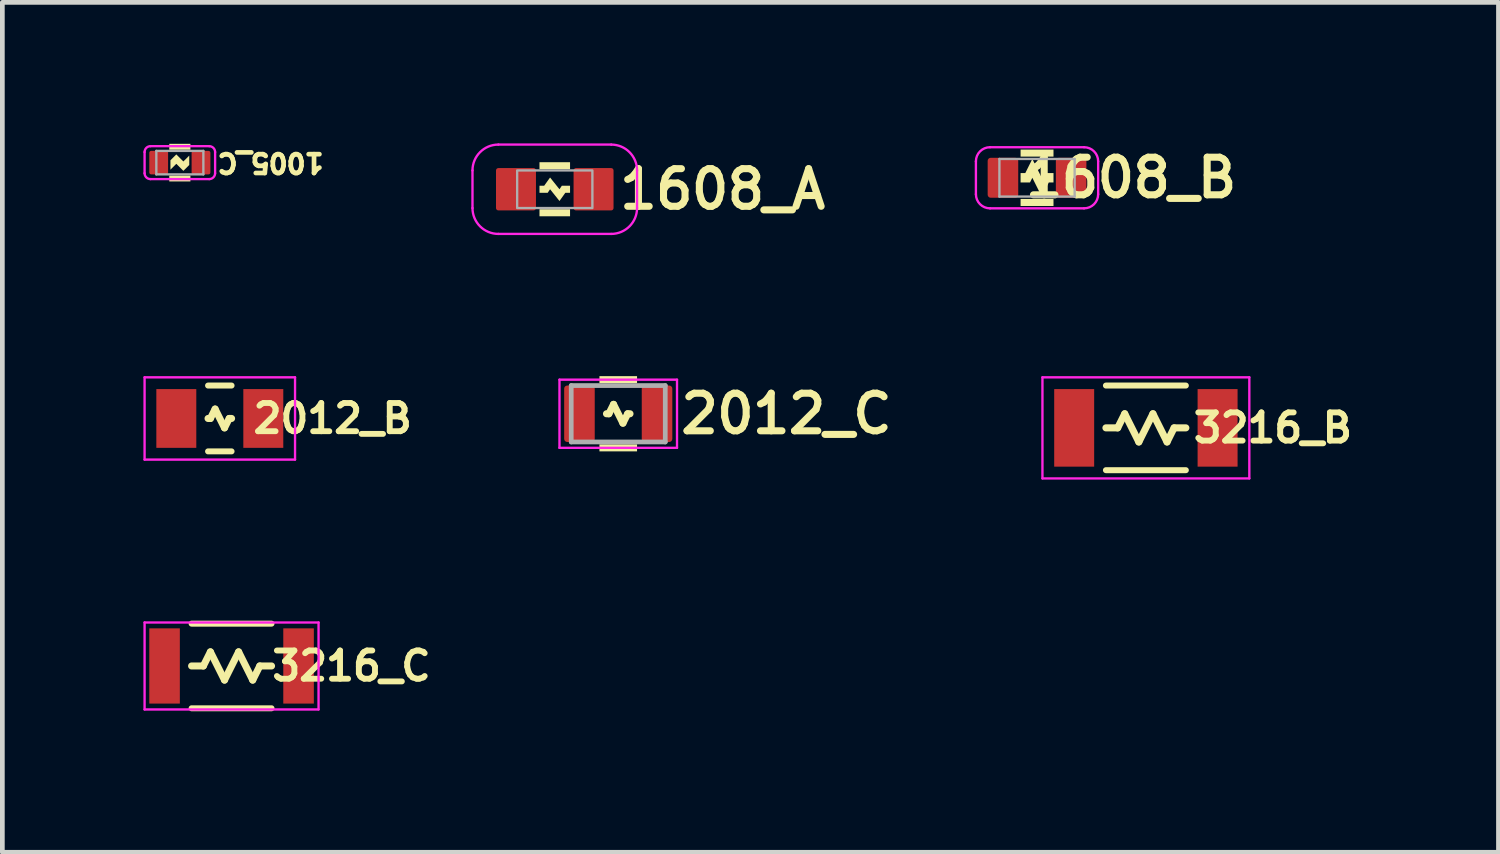
<source format=kicad_pcb>
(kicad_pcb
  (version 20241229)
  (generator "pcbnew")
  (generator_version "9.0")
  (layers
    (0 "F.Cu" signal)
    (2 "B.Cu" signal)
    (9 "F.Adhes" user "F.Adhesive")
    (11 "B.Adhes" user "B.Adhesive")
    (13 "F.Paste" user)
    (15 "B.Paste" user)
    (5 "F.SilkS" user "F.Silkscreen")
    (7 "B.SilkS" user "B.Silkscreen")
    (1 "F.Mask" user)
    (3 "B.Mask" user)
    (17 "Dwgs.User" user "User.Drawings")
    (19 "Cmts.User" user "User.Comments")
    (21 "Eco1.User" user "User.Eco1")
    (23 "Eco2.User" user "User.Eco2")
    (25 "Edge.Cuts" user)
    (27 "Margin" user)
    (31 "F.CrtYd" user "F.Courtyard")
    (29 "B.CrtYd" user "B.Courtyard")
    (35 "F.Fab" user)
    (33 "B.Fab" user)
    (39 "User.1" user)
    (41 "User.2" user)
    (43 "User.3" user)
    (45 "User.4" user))
  (footprint "1005_C"
    (layer "F.Cu")
    (at 0.775 0.409)
    (property "Reference" "1005_C" (at 0.75 0 180) (unlocked yes) (layer "F.SilkS") (effects (font (size 0.4 0.4) (thickness 0.1)) (justify right)))
    (attr smd)
    (fp_poly (pts (xy 0.225 -0.275) (xy -0.225 -0.275) (xy -0.225 -0.4) (xy 0.225 -0.4)) (stroke (width 0) (type solid)) (fill yes) (layer "F.SilkS"))
    (fp_poly (pts (xy 0.225 0.4) (xy -0.225 0.4) (xy -0.225 0.275) (xy 0.225 0.275)) (stroke (width 0) (type solid)) (fill yes) (layer "F.SilkS"))
    (fp_poly (pts (xy 0.075 -0.025) (xy 0.2 -0.15) (xy 0.2 0.05) (xy 0.075 0.175) (xy -0.075 0.025) (xy -0.2 0.15) (xy -0.2 -0.05) (xy -0.075 -0.175)) (stroke (width 0) (type solid)) (fill yes) (layer "F.SilkS"))
    (fp_line (start -0.75 0.225) (end -0.75 -0.225) (stroke (width 0.05) (type solid)) (layer "F.CrtYd"))
    (fp_line (start -0.625 -0.35) (end 0.625 -0.35) (stroke (width 0.05) (type solid)) (layer "F.CrtYd"))
    (fp_line (start 0.625 0.35) (end -0.625 0.35) (stroke (width 0.05) (type solid)) (layer "F.CrtYd"))
    (fp_line (start 0.75 -0.225) (end 0.75 0.225) (stroke (width 0.05) (type solid)) (layer "F.CrtYd"))
    (fp_arc (start -0.75 -0.225) (mid -0.713388 -0.313388) (end -0.625 -0.35) (stroke (width 0.05) (type solid)) (layer "F.CrtYd"))
    (fp_arc (start -0.625 0.35) (mid -0.713388 0.313388) (end -0.75 0.225) (stroke (width 0.05) (type solid)) (layer "F.CrtYd"))
    (fp_arc (start 0.625 -0.35) (mid 0.713388 -0.313388) (end 0.75 -0.225) (stroke (width 0.05) (type solid)) (layer "F.CrtYd"))
    (fp_arc (start 0.75 0.225) (mid 0.713388 0.313388) (end 0.625 0.35) (stroke (width 0.05) (type solid)) (layer "F.CrtYd"))
    (fp_line (start -0.5 -0.25) (end 0.5 -0.25) (stroke (width 0.05) (type solid)) (layer "F.Fab"))
    (fp_line (start -0.5 0.25) (end -0.5 -0.25) (stroke (width 0.05) (type solid)) (layer "F.Fab"))
    (fp_line (start 0.5 -0.25) (end 0.5 0.25) (stroke (width 0.05) (type solid)) (layer "F.Fab"))
    (fp_line (start 0.5 0.25) (end -0.5 0.25) (stroke (width 0.05) (type solid)) (layer "F.Fab"))
    (pad "1" smd roundrect (at -0.45 0) (size 0.4 0.5) (layers "F.Cu" "F.Mask" "F.Paste") (roundrect_rratio 0.1))
    (pad "2" smd roundrect (at 0.45 0) (size 0.4 0.5) (layers "F.Cu" "F.Mask" "F.Paste") (roundrect_rratio 0.1)))
  (footprint "1608_A"
    (layer "F.Cu")
    (at 8.749 0.975)
    (property "Reference" "1608_A" (at 1.3 0 0) (layer "F.SilkS") (effects (font (size 0.8 0.8) (thickness 0.15)) (justify left)))
    (attr smd)
    (fp_poly (pts (xy 0.325 -0.425) (xy -0.325 -0.425) (xy -0.325 -0.575) (xy 0.325 -0.575)) (stroke (width 0) (type solid)) (fill yes) (layer "F.SilkS"))
    (fp_poly (pts (xy 0.325 0.575) (xy -0.325 0.575) (xy -0.325 0.425) (xy 0.325 0.425)) (stroke (width 0) (type solid)) (fill yes) (layer "F.SilkS"))
    (fp_poly (pts (xy 0.1 0) (xy 0.15 -0.075) (xy 0.325 -0.075) (xy 0.325 0.075) (xy 0.225 0.075) (xy 0.1 0.25) (xy -0.1 0) (xy -0.15 0.075) (xy -0.325 0.075) (xy -0.325 -0.075) (xy -0.225 -0.075) (xy -0.1 -0.25)) (stroke (width 0) (type solid)) (fill yes) (layer "F.SilkS"))
    (fp_line (start -1.75 0.4) (end -1.75 -0.4) (stroke (width 0.05) (type solid)) (layer "F.CrtYd"))
    (fp_line (start -1.2 -0.95) (end 1.2 -0.95) (stroke (width 0.05) (type solid)) (layer "F.CrtYd"))
    (fp_line (start 1.2 0.95) (end -1.2 0.95) (stroke (width 0.05) (type solid)) (layer "F.CrtYd"))
    (fp_line (start 1.75 -0.4) (end 1.75 0.4) (stroke (width 0.05) (type solid)) (layer "F.CrtYd"))
    (fp_arc (start -1.75 -0.4) (mid -1.588909 -0.788909) (end -1.2 -0.95) (stroke (width 0.05) (type solid)) (layer "F.CrtYd"))
    (fp_arc (start -1.2 0.95) (mid -1.588909 0.788909) (end -1.75 0.4) (stroke (width 0.05) (type solid)) (layer "F.CrtYd"))
    (fp_arc (start 1.2 -0.95) (mid 1.588909 -0.788909) (end 1.75 -0.4) (stroke (width 0.05) (type solid)) (layer "F.CrtYd"))
    (fp_arc (start 1.75 0.4) (mid 1.588909 0.788909) (end 1.2 0.95) (stroke (width 0.05) (type solid)) (layer "F.CrtYd"))
    (fp_rect (start -0.8 -0.4) (end 0.8 0.4) (stroke (width 0.05) (type solid)) (fill no) (layer "F.Fab"))
    (pad "1" smd roundrect (at -0.825 0) (size 0.85 0.9) (layers "F.Cu" "F.Mask" "F.Paste") (roundrect_rratio 0.059))
    (pad "2" smd roundrect (at 0.825 0) (size 0.85 0.9) (layers "F.Cu" "F.Mask" "F.Paste") (roundrect_rratio 0.059)))
  (footprint "2012_B"
    (layer "F.Cu")
    (at 1.625 5.85)
    (property "Reference" "2012_B" (at 2.4 0 0) (layer "F.SilkS") (effects (font (size 0.6 0.6) (thickness 0.125))))
    (attr smd)
    (fp_line (start -0.25 -0.7) (end 0.25 -0.7) (stroke (width 0.127) (type solid)) (layer "F.SilkS"))
    (fp_line (start -0.25 0) (end -0.2 0) (stroke (width 0.15) (type solid)) (layer "F.SilkS"))
    (fp_line (start -0.25 0.7) (end 0.25 0.7) (stroke (width 0.127) (type solid)) (layer "F.SilkS"))
    (fp_line (start -0.2 0) (end -0.1 -0.2) (stroke (width 0.15) (type solid)) (layer "F.SilkS"))
    (fp_line (start -0.1 -0.2) (end 0.1 0.2) (stroke (width 0.15) (type solid)) (layer "F.SilkS"))
    (fp_line (start 0.1 0.2) (end 0.2 0) (stroke (width 0.15) (type solid)) (layer "F.SilkS"))
    (fp_line (start 0.2 0) (end 0.25 0) (stroke (width 0.15) (type solid)) (layer "F.SilkS"))
    (fp_line (start -1.6 -0.875) (end 1.6 -0.875) (stroke (width 0.05) (type solid)) (layer "F.CrtYd"))
    (fp_line (start -1.6 0.875) (end -1.6 -0.875) (stroke (width 0.05) (type solid)) (layer "F.CrtYd"))
    (fp_line (start 1.6 -0.875) (end 1.6 0.875) (stroke (width 0.05) (type solid)) (layer "F.CrtYd"))
    (fp_line (start 1.6 0.875) (end -1.6 0.875) (stroke (width 0.05) (type solid)) (layer "F.CrtYd"))
    (pad "1" smd rect (at -0.925 0) (size 0.85 1.25) (layers "F.Cu" "F.Mask" "F.Paste"))
    (pad "2" smd rect (at 0.925 0) (size 0.85 1.25) (layers "F.Cu" "F.Mask" "F.Paste")))
  (footprint "3216_C"
    (layer "F.Cu")
    (at 1.875 11.114)
    (property "Reference" "3216_C" (at 2.55 0 0) (layer "F.SilkS") (effects (font (size 0.6 0.6) (thickness 0.125))))
    (attr smd)
    (fp_line (start -0.85 -0.9) (end 0.85 -0.9) (stroke (width 0.127) (type solid)) (layer "F.SilkS"))
    (fp_line (start -0.85 0) (end -0.6 0) (stroke (width 0.15) (type solid)) (layer "F.SilkS"))
    (fp_line (start -0.85 0.9) (end 0.85 0.9) (stroke (width 0.127) (type solid)) (layer "F.SilkS"))
    (fp_line (start -0.6 0) (end -0.45 -0.3) (stroke (width 0.15) (type solid)) (layer "F.SilkS"))
    (fp_line (start -0.45 -0.3) (end -0.15 0.3) (stroke (width 0.15) (type solid)) (layer "F.SilkS"))
    (fp_line (start -0.15 0.3) (end 0.15 -0.3) (stroke (width 0.15) (type solid)) (layer "F.SilkS"))
    (fp_line (start 0.15 -0.3) (end 0.45 0.3) (stroke (width 0.15) (type solid)) (layer "F.SilkS"))
    (fp_line (start 0.45 0.3) (end 0.6 0) (stroke (width 0.15) (type solid)) (layer "F.SilkS"))
    (fp_line (start 0.6 0) (end 0.85 0) (stroke (width 0.15) (type solid)) (layer "F.SilkS"))
    (fp_line (start -1.85 -0.925) (end -1.85 0.925) (stroke (width 0.05) (type solid)) (layer "F.CrtYd"))
    (fp_line (start -1.85 -0.925) (end 1.85 -0.925) (stroke (width 0.05) (type solid)) (layer "F.CrtYd"))
    (fp_line (start 1.85 -0.925) (end 1.85 0.925) (stroke (width 0.05) (type solid)) (layer "F.CrtYd"))
    (fp_line (start 1.85 0.925) (end -1.85 0.925) (stroke (width 0.05) (type solid)) (layer "F.CrtYd"))
    (pad "1" smd rect (at -1.425 0) (size 0.65 1.6) (layers "F.Cu" "F.Mask" "F.Paste"))
    (pad "2" smd rect (at 1.425 0) (size 0.65 1.6) (layers "F.Cu" "F.Mask" "F.Paste")))
  (footprint "2012_C"
    (layer "F.Cu")
    (at 10.099 5.75)
    (property "Reference" "2012_C" (at 1.25 0 0) (layer "F.SilkS") (effects (font (size 0.8 0.8) (thickness 0.15)) (justify left)))
    (attr smd)
    (fp_line (start -0.25 0) (end -0.2 0) (stroke (width 0.15) (type solid)) (layer "F.SilkS"))
    (fp_line (start -0.2 0) (end -0.1 -0.2) (stroke (width 0.15) (type solid)) (layer "F.SilkS"))
    (fp_line (start -0.1 -0.2) (end 0.1 0.2) (stroke (width 0.15) (type solid)) (layer "F.SilkS"))
    (fp_line (start 0.1 0.2) (end 0.2 0) (stroke (width 0.15) (type solid)) (layer "F.SilkS"))
    (fp_line (start 0.2 0) (end 0.25 0) (stroke (width 0.15) (type solid)) (layer "F.SilkS"))
    (fp_rect (start -0.4 -0.65) (end 0.4 -0.8) (stroke (width 0) (type solid)) (fill yes) (layer "F.SilkS"))
    (fp_rect (start -0.4 0.8) (end 0.4 0.65) (stroke (width 0) (type solid)) (fill yes) (layer "F.SilkS"))
    (fp_line (start -1.25 -0.725) (end 1.25 -0.725) (stroke (width 0.05) (type solid)) (layer "F.CrtYd"))
    (fp_line (start -1.25 0.725) (end -1.25 -0.725) (stroke (width 0.05) (type solid)) (layer "F.CrtYd"))
    (fp_line (start 1.25 -0.725) (end 1.25 0.725) (stroke (width 0.05) (type solid)) (layer "F.CrtYd"))
    (fp_line (start 1.25 0.725) (end -1.25 0.725) (stroke (width 0.05) (type solid)) (layer "F.CrtYd"))
    (fp_line (start -1 -0.6) (end 1 -0.6) (stroke (width 0.1) (type solid)) (layer "F.Fab"))
    (fp_line (start -1 0.6) (end -1 -0.6) (stroke (width 0.1) (type solid)) (layer "F.Fab"))
    (fp_line (start 1 -0.6) (end 1 0.6) (stroke (width 0.1) (type solid)) (layer "F.Fab"))
    (fp_line (start 1 0.6) (end -1 0.6) (stroke (width 0.1) (type solid)) (layer "F.Fab"))
    (pad "1" smd roundrect (at -0.825 0) (size 0.65 1.2) (layers "F.Cu" "F.Mask" "F.Paste") (roundrect_rratio 0.1))
    (pad "2" smd roundrect (at 0.825 0) (size 0.65 1.2) (layers "F.Cu" "F.Mask" "F.Paste") (roundrect_rratio 0.1)))
  (footprint "3216_B"
    (layer "F.Cu")
    (at 21.321 6.05)
    (property "Reference" "3216_B" (at 2.7 0 0) (layer "F.SilkS") (effects (font (size 0.6 0.6) (thickness 0.125))))
    (attr smd)
    (fp_line (start -0.85 -0.9) (end 0.85 -0.9) (stroke (width 0.127) (type solid)) (layer "F.SilkS"))
    (fp_line (start -0.85 0) (end -0.6 0) (stroke (width 0.15) (type solid)) (layer "F.SilkS"))
    (fp_line (start -0.85 0.9) (end 0.85 0.9) (stroke (width 0.127) (type solid)) (layer "F.SilkS"))
    (fp_line (start -0.6 0) (end -0.45 -0.3) (stroke (width 0.15) (type solid)) (layer "F.SilkS"))
    (fp_line (start -0.45 -0.3) (end -0.15 0.3) (stroke (width 0.15) (type solid)) (layer "F.SilkS"))
    (fp_line (start -0.15 0.3) (end 0.15 -0.3) (stroke (width 0.15) (type solid)) (layer "F.SilkS"))
    (fp_line (start 0.15 -0.3) (end 0.45 0.3) (stroke (width 0.15) (type solid)) (layer "F.SilkS"))
    (fp_line (start 0.45 0.3) (end 0.6 0) (stroke (width 0.15) (type solid)) (layer "F.SilkS"))
    (fp_line (start 0.6 0) (end 0.85 0) (stroke (width 0.15) (type solid)) (layer "F.SilkS"))
    (fp_line (start -2.2 -1.075) (end -2.2 1.075) (stroke (width 0.05) (type solid)) (layer "F.CrtYd"))
    (fp_line (start -2.2 -1.075) (end 2.2 -1.075) (stroke (width 0.05) (type solid)) (layer "F.CrtYd"))
    (fp_line (start 2.2 -1.075) (end 2.2 1.075) (stroke (width 0.05) (type solid)) (layer "F.CrtYd"))
    (fp_line (start 2.2 1.075) (end -2.2 1.075) (stroke (width 0.05) (type solid)) (layer "F.CrtYd"))
    (pad "1" smd rect (at -1.525 0) (size 0.85 1.65) (layers "F.Cu" "F.Mask" "F.Paste"))
    (pad "2" smd rect (at 1.525 0) (size 0.85 1.65) (layers "F.Cu" "F.Mask" "F.Paste")))
  (footprint "1608_B"
    (layer "F.Cu")
    (at 19.006 0.731)
    (property "Reference" "1608_B" (at 2 0 0) (layer "F.SilkS") (effects (font (size 0.8 0.8) (thickness 0.15))))
    (attr smd)
    (fp_poly (pts (xy 0.35 -0.45) (xy -0.35 -0.45) (xy -0.35 -0.6) (xy 0.35 -0.6)) (stroke (width 0) (type solid)) (fill yes) (layer "F.SilkS"))
    (fp_poly (pts (xy 0.35 0.6) (xy -0.35 0.6) (xy -0.35 0.45) (xy 0.35 0.45)) (stroke (width 0) (type solid)) (fill yes) (layer "F.SilkS"))
    (fp_poly (pts (xy 0.1 0) (xy 0.15 -0.1) (xy 0.35 -0.1) (xy 0.35 0.1) (xy 0.25 0.1) (xy 0.1 0.4) (xy -0.1 0) (xy -0.15 0.1) (xy -0.35 0.1) (xy -0.35 -0.1) (xy -0.25 -0.1) (xy -0.1 -0.4)) (stroke (width 0) (type solid)) (fill yes) (layer "F.SilkS"))
    (fp_line (start -1.3 0.35) (end -1.3 -0.35) (stroke (width 0.05) (type solid)) (layer "F.CrtYd"))
    (fp_line (start -1 -0.65) (end 1 -0.65) (stroke (width 0.05) (type solid)) (layer "F.CrtYd"))
    (fp_line (start 1 0.65) (end -1 0.65) (stroke (width 0.05) (type solid)) (layer "F.CrtYd"))
    (fp_line (start 1.3 -0.35) (end 1.3 0.35) (stroke (width 0.05) (type solid)) (layer "F.CrtYd"))
    (fp_arc (start -1.3 -0.35) (mid -1.212132 -0.562132) (end -1 -0.65) (stroke (width 0.05) (type solid)) (layer "F.CrtYd"))
    (fp_arc (start -1 0.65) (mid -1.212132 0.562132) (end -1.3 0.35) (stroke (width 0.05) (type solid)) (layer "F.CrtYd"))
    (fp_arc (start 1 -0.65) (mid 1.212132 -0.562132) (end 1.3 -0.35) (stroke (width 0.05) (type solid)) (layer "F.CrtYd"))
    (fp_arc (start 1.3 0.35) (mid 1.212132 0.562132) (end 1 0.65) (stroke (width 0.05) (type solid)) (layer "F.CrtYd"))
    (fp_line (start -0.8 -0.4) (end 0.8 -0.4) (stroke (width 0.05) (type solid)) (layer "F.Fab"))
    (fp_line (start -0.8 0.4) (end -0.8 -0.4) (stroke (width 0.05) (type solid)) (layer "F.Fab"))
    (fp_line (start 0.8 -0.4) (end 0.8 0.4) (stroke (width 0.05) (type solid)) (layer "F.Fab"))
    (fp_line (start 0.8 0.4) (end -0.8 0.4) (stroke (width 0.05) (type solid)) (layer "F.Fab"))
    (pad "" smd roundrect (at -0.75 0) (size 0.7 0.7) (layers "F.Paste") (roundrect_rratio 0.3))
    (pad "" smd roundrect (at 0.75 0) (size 0.7 0.7) (layers "F.Paste") (roundrect_rratio 0.3))
    (pad "1" smd roundrect (at -0.725 0) (size 0.65 0.85) (layers "F.Cu" "F.Mask") (roundrect_rratio 0.1))
    (pad "2" smd roundrect (at 0.725 0) (size 0.65 0.85) (layers "F.Cu" "F.Mask") (roundrect_rratio 0.1)))
  (gr_rect
    (start -3 -3)
    (end 28.82 15.077)
    (stroke (width 0.1) (type default))
    (fill no)
    (layer "Edge.Cuts")))
</source>
